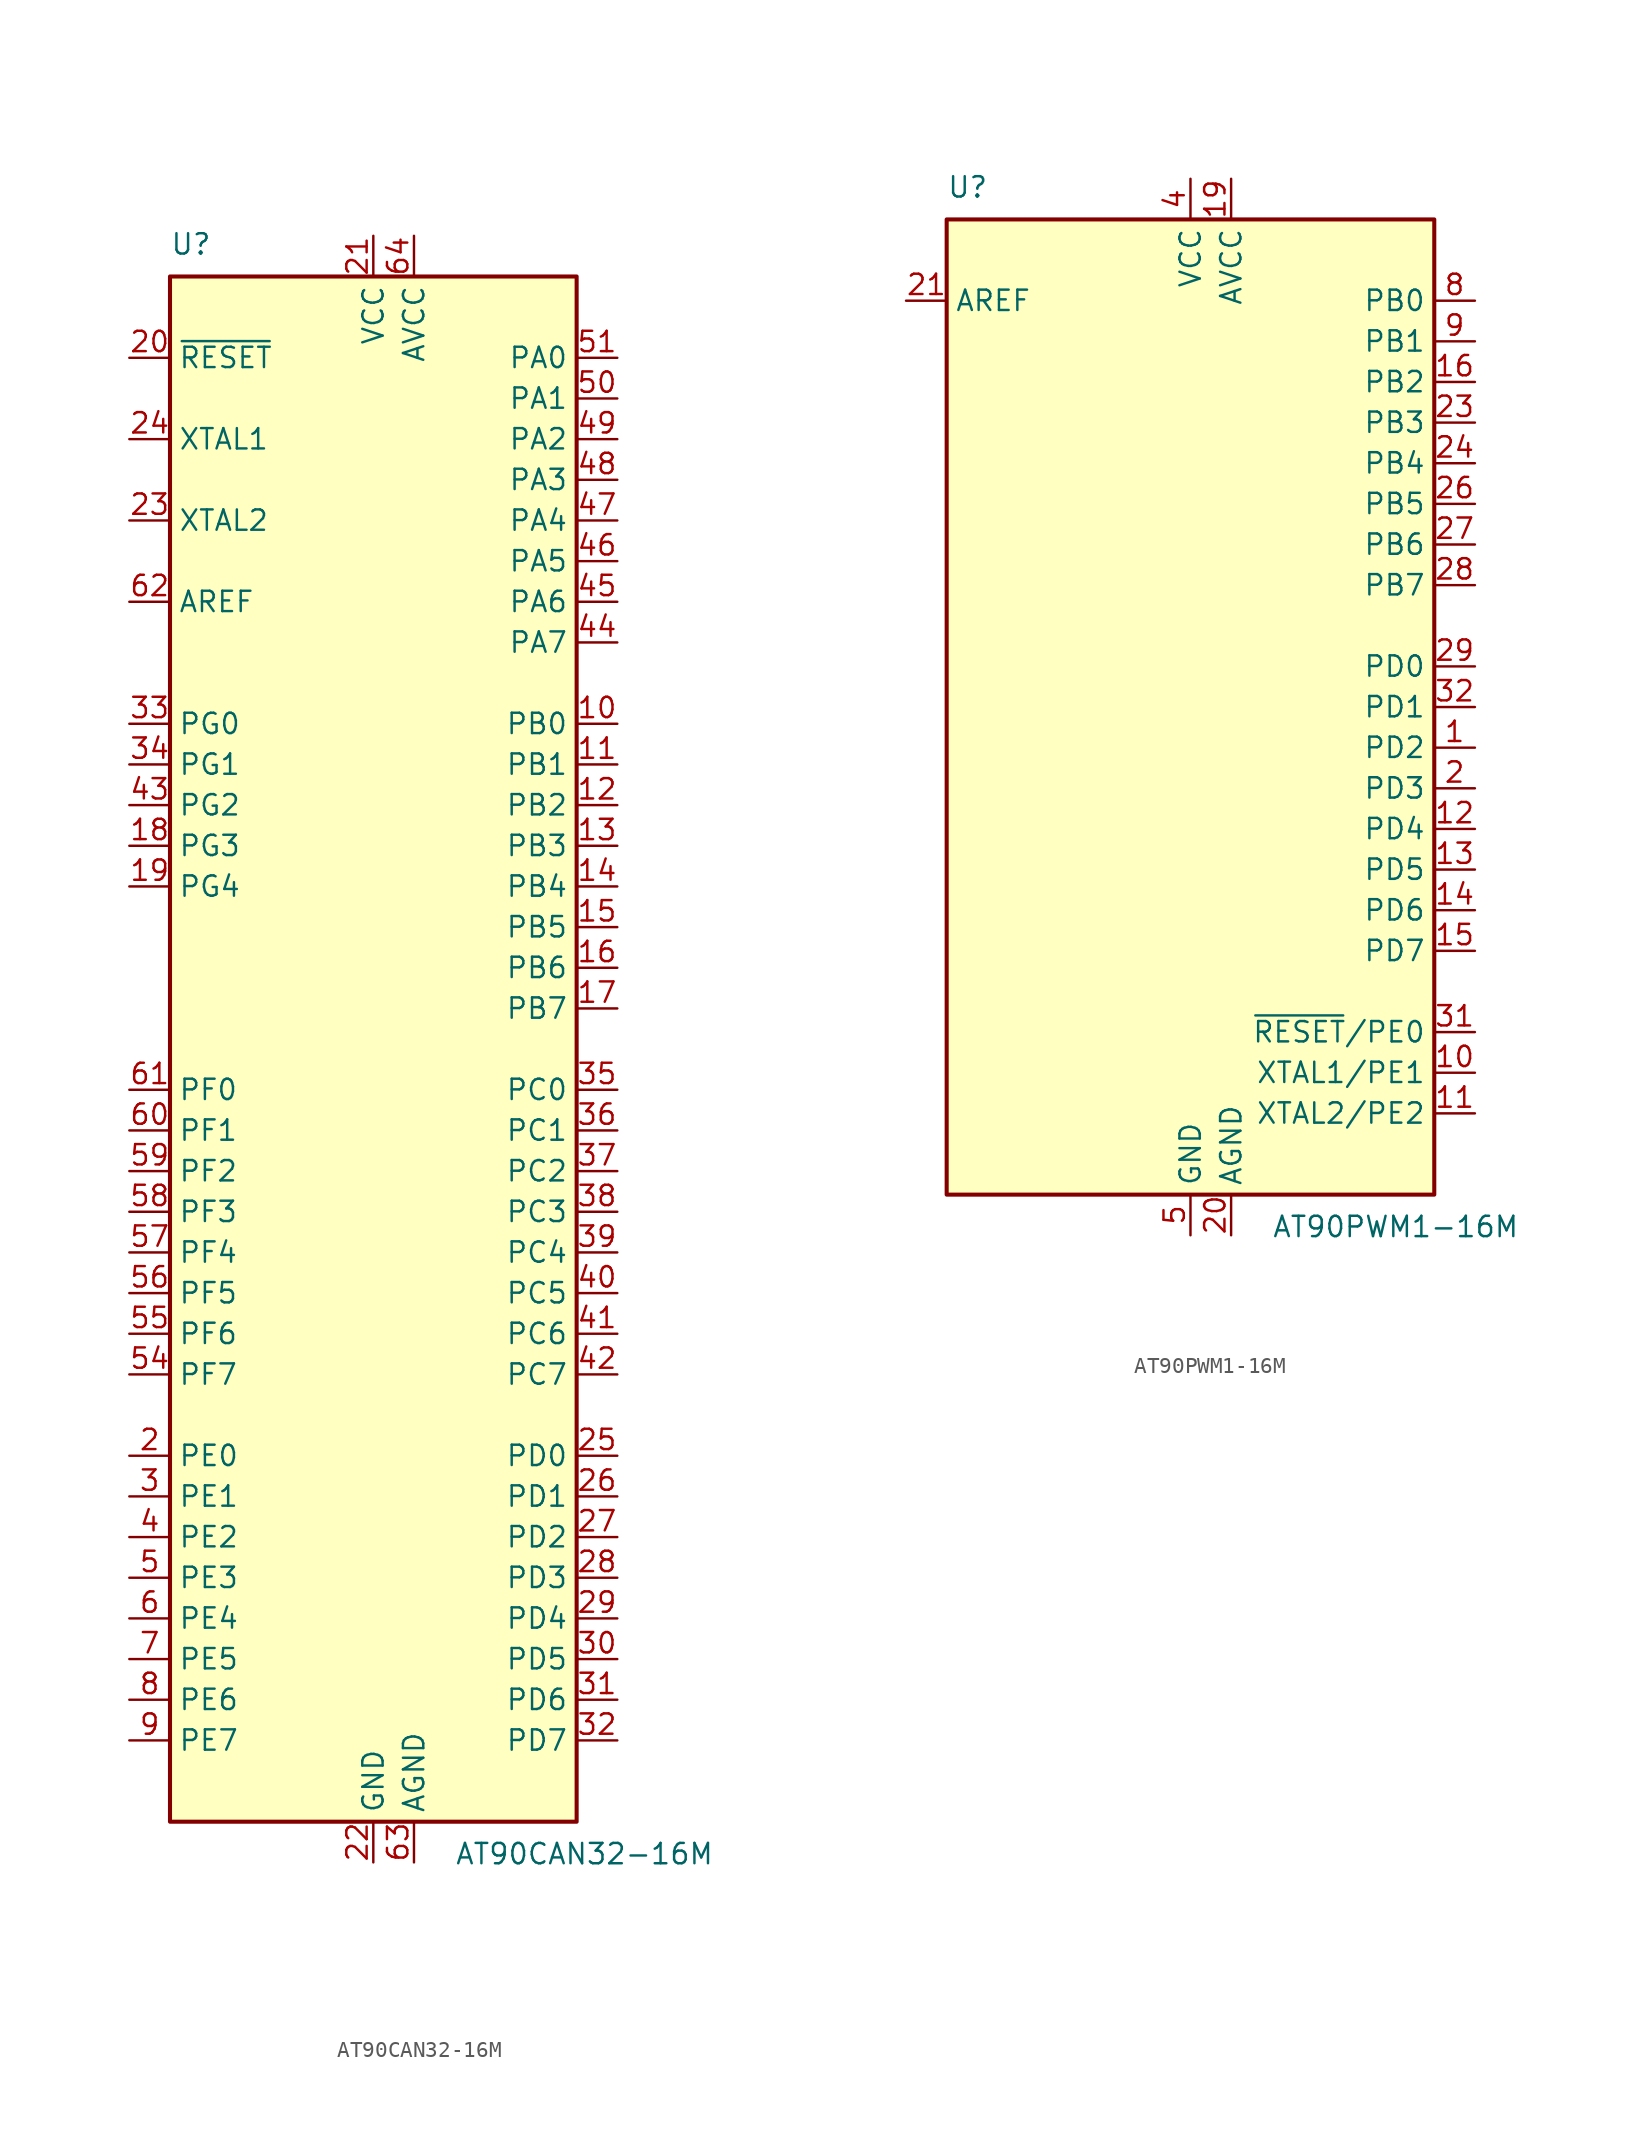
<source format=kicad_sym>
(kicad_symbol_lib
  (version 20200908)
  (generator kicad_symbol_editor)
  (symbol "MCU_Microchip_AVR:AT90CAN32-16M"
    (property "Reference" "U"
      (at -12.7 49.53 0)
      (effects (font (size 1.27 1.27)) (justify left bottom)))
    (property "Value" "AT90CAN32-16M"
      (at 5.08 -49.53 0)
      (effects (font (size 1.27 1.27)) (justify left top)))
    (symbol "AT90CAN32-16M_0_1"
      (rectangle (start -12.7 -48.26) (end 12.7 48.26) (stroke (width 0.254)) (fill (type background))))
    (symbol "AT90CAN32-16M_1_1"
      (pin unconnected line (at -12.7 -45.72 0) (length 2.54) hide (name "NC" (effects (font (size 1.27 1.27)))) (number "1" (effects (font (size 1.27 1.27)))))
      (pin bidirectional line (at 15.24 20.32 180) (length 2.54) (name "PB0" (effects (font (size 1.27 1.27)))) (number "10" (effects (font (size 1.27 1.27)))))
      (pin bidirectional line (at 15.24 17.78 180) (length 2.54) (name "PB1" (effects (font (size 1.27 1.27)))) (number "11" (effects (font (size 1.27 1.27)))))
      (pin bidirectional line (at 15.24 15.24 180) (length 2.54) (name "PB2" (effects (font (size 1.27 1.27)))) (number "12" (effects (font (size 1.27 1.27)))))
      (pin bidirectional line (at 15.24 12.7 180) (length 2.54) (name "PB3" (effects (font (size 1.27 1.27)))) (number "13" (effects (font (size 1.27 1.27)))))
      (pin bidirectional line (at 15.24 10.16 180) (length 2.54) (name "PB4" (effects (font (size 1.27 1.27)))) (number "14" (effects (font (size 1.27 1.27)))))
      (pin bidirectional line (at 15.24 7.62 180) (length 2.54) (name "PB5" (effects (font (size 1.27 1.27)))) (number "15" (effects (font (size 1.27 1.27)))))
      (pin bidirectional line (at 15.24 5.08 180) (length 2.54) (name "PB6" (effects (font (size 1.27 1.27)))) (number "16" (effects (font (size 1.27 1.27)))))
      (pin bidirectional line (at 15.24 2.54 180) (length 2.54) (name "PB7" (effects (font (size 1.27 1.27)))) (number "17" (effects (font (size 1.27 1.27)))))
      (pin bidirectional line (at -15.24 12.7 0) (length 2.54) (name "PG3" (effects (font (size 1.27 1.27)))) (number "18" (effects (font (size 1.27 1.27)))))
      (pin bidirectional line (at -15.24 10.16 0) (length 2.54) (name "PG4" (effects (font (size 1.27 1.27)))) (number "19" (effects (font (size 1.27 1.27)))))
      (pin bidirectional line (at -15.24 -25.4 0) (length 2.54) (name "PE0" (effects (font (size 1.27 1.27)))) (number "2" (effects (font (size 1.27 1.27)))))
      (pin input line (at -15.24 43.18 0) (length 2.54) (name "~RESET" (effects (font (size 1.27 1.27)))) (number "20" (effects (font (size 1.27 1.27)))))
      (pin power_in line (at 0 50.8 270) (length 2.54) (name "VCC" (effects (font (size 1.27 1.27)))) (number "21" (effects (font (size 1.27 1.27)))))
      (pin power_in line (at 0 -50.8 90) (length 2.54) (name "GND" (effects (font (size 1.27 1.27)))) (number "22" (effects (font (size 1.27 1.27)))))
      (pin output line (at -15.24 33.02 0) (length 2.54) (name "XTAL2" (effects (font (size 1.27 1.27)))) (number "23" (effects (font (size 1.27 1.27)))))
      (pin input line (at -15.24 38.1 0) (length 2.54) (name "XTAL1" (effects (font (size 1.27 1.27)))) (number "24" (effects (font (size 1.27 1.27)))))
      (pin bidirectional line (at 15.24 -25.4 180) (length 2.54) (name "PD0" (effects (font (size 1.27 1.27)))) (number "25" (effects (font (size 1.27 1.27)))))
      (pin bidirectional line (at 15.24 -27.94 180) (length 2.54) (name "PD1" (effects (font (size 1.27 1.27)))) (number "26" (effects (font (size 1.27 1.27)))))
      (pin bidirectional line (at 15.24 -30.48 180) (length 2.54) (name "PD2" (effects (font (size 1.27 1.27)))) (number "27" (effects (font (size 1.27 1.27)))))
      (pin bidirectional line (at 15.24 -33.02 180) (length 2.54) (name "PD3" (effects (font (size 1.27 1.27)))) (number "28" (effects (font (size 1.27 1.27)))))
      (pin bidirectional line (at 15.24 -35.56 180) (length 2.54) (name "PD4" (effects (font (size 1.27 1.27)))) (number "29" (effects (font (size 1.27 1.27)))))
      (pin bidirectional line (at -15.24 -27.94 0) (length 2.54) (name "PE1" (effects (font (size 1.27 1.27)))) (number "3" (effects (font (size 1.27 1.27)))))
      (pin bidirectional line (at 15.24 -38.1 180) (length 2.54) (name "PD5" (effects (font (size 1.27 1.27)))) (number "30" (effects (font (size 1.27 1.27)))))
      (pin bidirectional line (at 15.24 -40.64 180) (length 2.54) (name "PD6" (effects (font (size 1.27 1.27)))) (number "31" (effects (font (size 1.27 1.27)))))
      (pin bidirectional line (at 15.24 -43.18 180) (length 2.54) (name "PD7" (effects (font (size 1.27 1.27)))) (number "32" (effects (font (size 1.27 1.27)))))
      (pin bidirectional line (at -15.24 20.32 0) (length 2.54) (name "PG0" (effects (font (size 1.27 1.27)))) (number "33" (effects (font (size 1.27 1.27)))))
      (pin bidirectional line (at -15.24 17.78 0) (length 2.54) (name "PG1" (effects (font (size 1.27 1.27)))) (number "34" (effects (font (size 1.27 1.27)))))
      (pin bidirectional line (at 15.24 -2.54 180) (length 2.54) (name "PC0" (effects (font (size 1.27 1.27)))) (number "35" (effects (font (size 1.27 1.27)))))
      (pin bidirectional line (at 15.24 -5.08 180) (length 2.54) (name "PC1" (effects (font (size 1.27 1.27)))) (number "36" (effects (font (size 1.27 1.27)))))
      (pin bidirectional line (at 15.24 -7.62 180) (length 2.54) (name "PC2" (effects (font (size 1.27 1.27)))) (number "37" (effects (font (size 1.27 1.27)))))
      (pin bidirectional line (at 15.24 -10.16 180) (length 2.54) (name "PC3" (effects (font (size 1.27 1.27)))) (number "38" (effects (font (size 1.27 1.27)))))
      (pin bidirectional line (at 15.24 -12.7 180) (length 2.54) (name "PC4" (effects (font (size 1.27 1.27)))) (number "39" (effects (font (size 1.27 1.27)))))
      (pin bidirectional line (at -15.24 -30.48 0) (length 2.54) (name "PE2" (effects (font (size 1.27 1.27)))) (number "4" (effects (font (size 1.27 1.27)))))
      (pin bidirectional line (at 15.24 -15.24 180) (length 2.54) (name "PC5" (effects (font (size 1.27 1.27)))) (number "40" (effects (font (size 1.27 1.27)))))
      (pin bidirectional line (at 15.24 -17.78 180) (length 2.54) (name "PC6" (effects (font (size 1.27 1.27)))) (number "41" (effects (font (size 1.27 1.27)))))
      (pin bidirectional line (at 15.24 -20.32 180) (length 2.54) (name "PC7" (effects (font (size 1.27 1.27)))) (number "42" (effects (font (size 1.27 1.27)))))
      (pin bidirectional line (at -15.24 15.24 0) (length 2.54) (name "PG2" (effects (font (size 1.27 1.27)))) (number "43" (effects (font (size 1.27 1.27)))))
      (pin bidirectional line (at 15.24 25.4 180) (length 2.54) (name "PA7" (effects (font (size 1.27 1.27)))) (number "44" (effects (font (size 1.27 1.27)))))
      (pin bidirectional line (at 15.24 27.94 180) (length 2.54) (name "PA6" (effects (font (size 1.27 1.27)))) (number "45" (effects (font (size 1.27 1.27)))))
      (pin bidirectional line (at 15.24 30.48 180) (length 2.54) (name "PA5" (effects (font (size 1.27 1.27)))) (number "46" (effects (font (size 1.27 1.27)))))
      (pin bidirectional line (at 15.24 33.02 180) (length 2.54) (name "PA4" (effects (font (size 1.27 1.27)))) (number "47" (effects (font (size 1.27 1.27)))))
      (pin bidirectional line (at 15.24 35.56 180) (length 2.54) (name "PA3" (effects (font (size 1.27 1.27)))) (number "48" (effects (font (size 1.27 1.27)))))
      (pin bidirectional line (at 15.24 38.1 180) (length 2.54) (name "PA2" (effects (font (size 1.27 1.27)))) (number "49" (effects (font (size 1.27 1.27)))))
      (pin bidirectional line (at -15.24 -33.02 0) (length 2.54) (name "PE3" (effects (font (size 1.27 1.27)))) (number "5" (effects (font (size 1.27 1.27)))))
      (pin bidirectional line (at 15.24 40.64 180) (length 2.54) (name "PA1" (effects (font (size 1.27 1.27)))) (number "50" (effects (font (size 1.27 1.27)))))
      (pin bidirectional line (at 15.24 43.18 180) (length 2.54) (name "PA0" (effects (font (size 1.27 1.27)))) (number "51" (effects (font (size 1.27 1.27)))))
      (pin passive line (at 0 50.8 270) (length 2.54) hide (name "VCC" (effects (font (size 1.27 1.27)))) (number "52" (effects (font (size 1.27 1.27)))))
      (pin passive line (at 0 -50.8 90) (length 2.54) hide (name "GND" (effects (font (size 1.27 1.27)))) (number "53" (effects (font (size 1.27 1.27)))))
      (pin bidirectional line (at -15.24 -20.32 0) (length 2.54) (name "PF7" (effects (font (size 1.27 1.27)))) (number "54" (effects (font (size 1.27 1.27)))))
      (pin bidirectional line (at -15.24 -17.78 0) (length 2.54) (name "PF6" (effects (font (size 1.27 1.27)))) (number "55" (effects (font (size 1.27 1.27)))))
      (pin bidirectional line (at -15.24 -15.24 0) (length 2.54) (name "PF5" (effects (font (size 1.27 1.27)))) (number "56" (effects (font (size 1.27 1.27)))))
      (pin bidirectional line (at -15.24 -12.7 0) (length 2.54) (name "PF4" (effects (font (size 1.27 1.27)))) (number "57" (effects (font (size 1.27 1.27)))))
      (pin bidirectional line (at -15.24 -10.16 0) (length 2.54) (name "PF3" (effects (font (size 1.27 1.27)))) (number "58" (effects (font (size 1.27 1.27)))))
      (pin bidirectional line (at -15.24 -7.62 0) (length 2.54) (name "PF2" (effects (font (size 1.27 1.27)))) (number "59" (effects (font (size 1.27 1.27)))))
      (pin bidirectional line (at -15.24 -35.56 0) (length 2.54) (name "PE4" (effects (font (size 1.27 1.27)))) (number "6" (effects (font (size 1.27 1.27)))))
      (pin bidirectional line (at -15.24 -5.08 0) (length 2.54) (name "PF1" (effects (font (size 1.27 1.27)))) (number "60" (effects (font (size 1.27 1.27)))))
      (pin bidirectional line (at -15.24 -2.54 0) (length 2.54) (name "PF0" (effects (font (size 1.27 1.27)))) (number "61" (effects (font (size 1.27 1.27)))))
      (pin passive line (at -15.24 27.94 0) (length 2.54) (name "AREF" (effects (font (size 1.27 1.27)))) (number "62" (effects (font (size 1.27 1.27)))))
      (pin power_in line (at 2.54 -50.8 90) (length 2.54) (name "AGND" (effects (font (size 1.27 1.27)))) (number "63" (effects (font (size 1.27 1.27)))))
      (pin power_in line (at 2.54 50.8 270) (length 2.54) (name "AVCC" (effects (font (size 1.27 1.27)))) (number "64" (effects (font (size 1.27 1.27)))))
      (pin passive line (at 0 -50.8 90) (length 2.54) hide (name "GND" (effects (font (size 1.27 1.27)))) (number "65" (effects (font (size 1.27 1.27)))))
      (pin bidirectional line (at -15.24 -38.1 0) (length 2.54) (name "PE5" (effects (font (size 1.27 1.27)))) (number "7" (effects (font (size 1.27 1.27)))))
      (pin bidirectional line (at -15.24 -40.64 0) (length 2.54) (name "PE6" (effects (font (size 1.27 1.27)))) (number "8" (effects (font (size 1.27 1.27)))))
      (pin bidirectional line (at -15.24 -43.18 0) (length 2.54) (name "PE7" (effects (font (size 1.27 1.27)))) (number "9" (effects (font (size 1.27 1.27)))))))
  (symbol "MCU_Microchip_AVR:AT90PWM1-16M"
    (property "Reference" "U"
      (at -15.24 31.75 0)
      (effects (font (size 1.27 1.27)) (justify left bottom)))
    (property "Value" "AT90PWM1-16M"
      (at 5.08 -31.75 0)
      (effects (font (size 1.27 1.27)) (justify left top)))
    (symbol "AT90PWM1-16M_0_1"
      (rectangle (start -15.24 -30.48) (end 15.24 30.48) (stroke (width 0.254)) (fill (type background))))
    (symbol "AT90PWM1-16M_1_1"
      (pin bidirectional line (at 17.78 -2.54 180) (length 2.54) (name "PD2" (effects (font (size 1.27 1.27)))) (number "1" (effects (font (size 1.27 1.27)))))
      (pin bidirectional line (at 17.78 -22.86 180) (length 2.54) (name "XTAL1/PE1" (effects (font (size 1.27 1.27)))) (number "10" (effects (font (size 1.27 1.27)))))
      (pin bidirectional line (at 17.78 -25.4 180) (length 2.54) (name "XTAL2/PE2" (effects (font (size 1.27 1.27)))) (number "11" (effects (font (size 1.27 1.27)))))
      (pin bidirectional line (at 17.78 -7.62 180) (length 2.54) (name "PD4" (effects (font (size 1.27 1.27)))) (number "12" (effects (font (size 1.27 1.27)))))
      (pin bidirectional line (at 17.78 -10.16 180) (length 2.54) (name "PD5" (effects (font (size 1.27 1.27)))) (number "13" (effects (font (size 1.27 1.27)))))
      (pin bidirectional line (at 17.78 -12.7 180) (length 2.54) (name "PD6" (effects (font (size 1.27 1.27)))) (number "14" (effects (font (size 1.27 1.27)))))
      (pin bidirectional line (at 17.78 -15.24 180) (length 2.54) (name "PD7" (effects (font (size 1.27 1.27)))) (number "15" (effects (font (size 1.27 1.27)))))
      (pin bidirectional line (at 17.78 20.32 180) (length 2.54) (name "PB2" (effects (font (size 1.27 1.27)))) (number "16" (effects (font (size 1.27 1.27)))))
      (pin unconnected line (at -15.24 -17.78 0) (length 2.54) hide (name "NC" (effects (font (size 1.27 1.27)))) (number "17" (effects (font (size 1.27 1.27)))))
      (pin unconnected line (at -15.24 -20.32 0) (length 2.54) hide (name "NC" (effects (font (size 1.27 1.27)))) (number "18" (effects (font (size 1.27 1.27)))))
      (pin power_in line (at 2.54 33.02 270) (length 2.54) (name "AVCC" (effects (font (size 1.27 1.27)))) (number "19" (effects (font (size 1.27 1.27)))))
      (pin bidirectional line (at 17.78 -5.08 180) (length 2.54) (name "PD3" (effects (font (size 1.27 1.27)))) (number "2" (effects (font (size 1.27 1.27)))))
      (pin power_in line (at 2.54 -33.02 90) (length 2.54) (name "AGND" (effects (font (size 1.27 1.27)))) (number "20" (effects (font (size 1.27 1.27)))))
      (pin passive line (at -17.78 25.4 0) (length 2.54) (name "AREF" (effects (font (size 1.27 1.27)))) (number "21" (effects (font (size 1.27 1.27)))))
      (pin unconnected line (at -15.24 -22.86 0) (length 2.54) hide (name "NC" (effects (font (size 1.27 1.27)))) (number "22" (effects (font (size 1.27 1.27)))))
      (pin bidirectional line (at 17.78 17.78 180) (length 2.54) (name "PB3" (effects (font (size 1.27 1.27)))) (number "23" (effects (font (size 1.27 1.27)))))
      (pin bidirectional line (at 17.78 15.24 180) (length 2.54) (name "PB4" (effects (font (size 1.27 1.27)))) (number "24" (effects (font (size 1.27 1.27)))))
      (pin unconnected line (at -15.24 -25.4 0) (length 2.54) hide (name "NC" (effects (font (size 1.27 1.27)))) (number "25" (effects (font (size 1.27 1.27)))))
      (pin bidirectional line (at 17.78 12.7 180) (length 2.54) (name "PB5" (effects (font (size 1.27 1.27)))) (number "26" (effects (font (size 1.27 1.27)))))
      (pin bidirectional line (at 17.78 10.16 180) (length 2.54) (name "PB6" (effects (font (size 1.27 1.27)))) (number "27" (effects (font (size 1.27 1.27)))))
      (pin bidirectional line (at 17.78 7.62 180) (length 2.54) (name "PB7" (effects (font (size 1.27 1.27)))) (number "28" (effects (font (size 1.27 1.27)))))
      (pin bidirectional line (at 17.78 2.54 180) (length 2.54) (name "PD0" (effects (font (size 1.27 1.27)))) (number "29" (effects (font (size 1.27 1.27)))))
      (pin unconnected line (at -15.24 -10.16 0) (length 2.54) hide (name "NC" (effects (font (size 1.27 1.27)))) (number "3" (effects (font (size 1.27 1.27)))))
      (pin unconnected line (at -15.24 -27.94 0) (length 2.54) hide (name "NC" (effects (font (size 1.27 1.27)))) (number "30" (effects (font (size 1.27 1.27)))))
      (pin bidirectional line (at 17.78 -20.32 180) (length 2.54) (name "~RESET~/PE0" (effects (font (size 1.27 1.27)))) (number "31" (effects (font (size 1.27 1.27)))))
      (pin bidirectional line (at 17.78 0 180) (length 2.54) (name "PD1" (effects (font (size 1.27 1.27)))) (number "32" (effects (font (size 1.27 1.27)))))
      (pin passive line (at 0 -33.02 90) (length 2.54) hide (name "GND" (effects (font (size 1.27 1.27)))) (number "33" (effects (font (size 1.27 1.27)))))
      (pin power_in line (at 0 33.02 270) (length 2.54) (name "VCC" (effects (font (size 1.27 1.27)))) (number "4" (effects (font (size 1.27 1.27)))))
      (pin power_in line (at 0 -33.02 90) (length 2.54) (name "GND" (effects (font (size 1.27 1.27)))) (number "5" (effects (font (size 1.27 1.27)))))
      (pin unconnected line (at -15.24 -12.7 0) (length 2.54) hide (name "NC" (effects (font (size 1.27 1.27)))) (number "6" (effects (font (size 1.27 1.27)))))
      (pin unconnected line (at -15.24 -15.24 0) (length 2.54) hide (name "NC" (effects (font (size 1.27 1.27)))) (number "7" (effects (font (size 1.27 1.27)))))
      (pin bidirectional line (at 17.78 25.4 180) (length 2.54) (name "PB0" (effects (font (size 1.27 1.27)))) (number "8" (effects (font (size 1.27 1.27)))))
      (pin bidirectional line (at 17.78 22.86 180) (length 2.54) (name "PB1" (effects (font (size 1.27 1.27)))) (number "9" (effects (font (size 1.27 1.27))))))))
</source>
